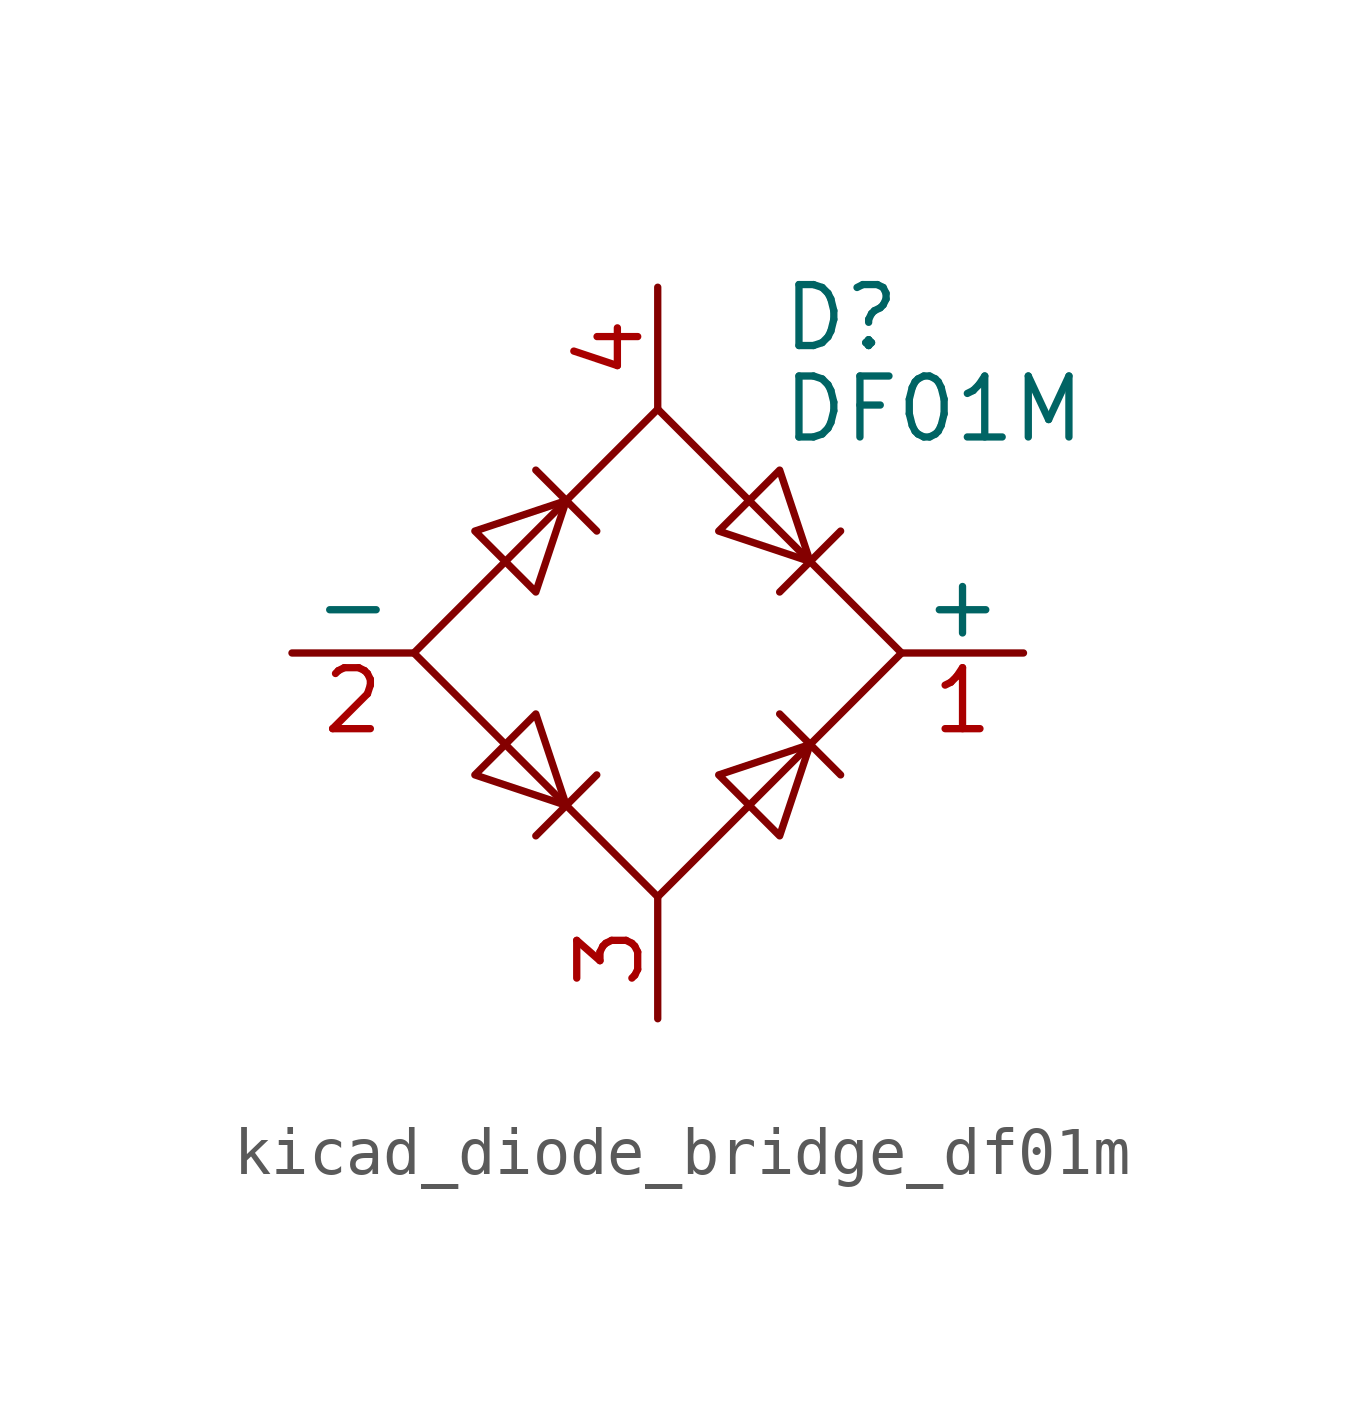
<source format=kicad_sym>
(kicad_symbol_lib
  (version 20220914)
  (generator kicad_symbol_editor)
  (symbol "kicad_diode_bridge_df01m"
    (pin_names
      (offset 0))
    (property "Reference" "D"
      (at 2.54 6.985 0)
      (effects (font (size 1.27 1.27)) (justify left)))
    (property "Value" "DF01M"
      (at 2.54 5.08 0)
      (effects (font (size 1.27 1.27)) (justify left)))
    (symbol "kicad_diode_bridge_df01m_0_1"
      (polyline (pts (xy -2.54 3.81) (xy -1.27 2.54)) (stroke (width 0) (type default)) (fill (type none)))
      (polyline (pts (xy -1.27 -2.54) (xy -2.54 -3.81)) (stroke (width 0) (type default)) (fill (type none)))
      (polyline (pts (xy 2.54 -1.27) (xy 3.81 -2.54)) (stroke (width 0) (type default)) (fill (type none)))
      (polyline (pts (xy 2.54 1.27) (xy 3.81 2.54)) (stroke (width 0) (type default)) (fill (type none)))
      (polyline (pts (xy -3.81 2.54) (xy -2.54 1.27) (xy -1.905 3.175) (xy -3.81 2.54)) (stroke (width 0) (type default)) (fill (type none)))
      (polyline (pts (xy -2.54 -1.27) (xy -3.81 -2.54) (xy -1.905 -3.175) (xy -2.54 -1.27)) (stroke (width 0) (type default)) (fill (type none)))
      (polyline (pts (xy 1.27 2.54) (xy 2.54 3.81) (xy 3.175 1.905) (xy 1.27 2.54)) (stroke (width 0) (type default)) (fill (type none)))
      (polyline (pts (xy 3.175 -1.905) (xy 1.27 -2.54) (xy 2.54 -3.81) (xy 3.175 -1.905)) (stroke (width 0) (type default)) (fill (type none)))
      (polyline (pts (xy -5.08 0) (xy 0 -5.08) (xy 5.08 0) (xy 0 5.08) (xy -5.08 0)) (stroke (width 0) (type default)) (fill (type none))))
    (symbol "kicad_diode_bridge_df01m_1_1"
      (pin passive line (at 7.62 0 180) (length 2.54) (name "+" (effects (font (size 1.27 1.27)))) (number "1" (effects (font (size 1.27 1.27)))))
      (pin passive line (at -7.62 0 0) (length 2.54) (name "-" (effects (font (size 1.27 1.27)))) (number "2" (effects (font (size 1.27 1.27)))))
      (pin passive line (at 0 -7.62 90) (length 2.54) (name "~" (effects (font (size 1.27 1.27)))) (number "3" (effects (font (size 1.27 1.27)))))
      (pin passive line (at 0 7.62 270) (length 2.54) (name "~" (effects (font (size 1.27 1.27)))) (number "4" (effects (font (size 1.27 1.27))))))))
</source>
